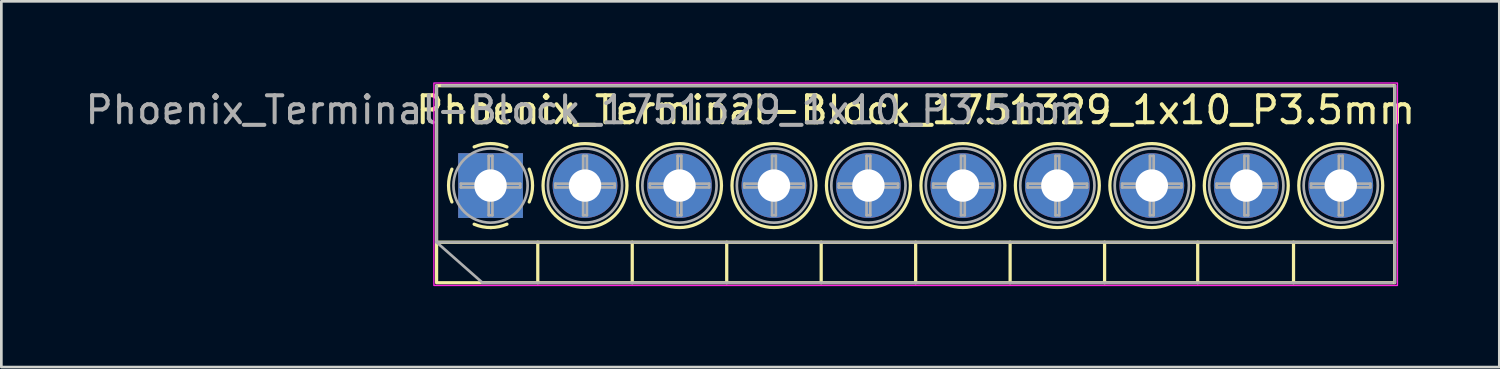
<source format=kicad_pcb>
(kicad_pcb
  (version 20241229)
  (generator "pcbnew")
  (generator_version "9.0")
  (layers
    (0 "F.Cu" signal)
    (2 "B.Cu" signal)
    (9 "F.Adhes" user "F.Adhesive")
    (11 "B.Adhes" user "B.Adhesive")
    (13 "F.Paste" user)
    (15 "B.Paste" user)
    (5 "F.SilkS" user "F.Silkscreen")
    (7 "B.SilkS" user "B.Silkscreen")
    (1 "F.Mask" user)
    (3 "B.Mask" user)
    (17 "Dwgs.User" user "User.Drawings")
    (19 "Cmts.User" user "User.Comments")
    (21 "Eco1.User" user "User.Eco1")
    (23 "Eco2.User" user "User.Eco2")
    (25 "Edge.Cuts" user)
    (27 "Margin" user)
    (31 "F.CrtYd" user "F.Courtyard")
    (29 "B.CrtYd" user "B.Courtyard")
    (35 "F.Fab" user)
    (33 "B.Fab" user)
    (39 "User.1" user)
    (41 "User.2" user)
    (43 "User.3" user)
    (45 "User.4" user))
  (footprint "Phoenix_Terminal-Block_1751329_1x10_P3.5mm"
    (layer "F.Cu")
    (at 15.125 3.825)
    (property "Reference" "Phoenix_Terminal-Block_1751329_1x10_P3.5mm" (at 15.75 -2.8 180) (layer "F.SilkS") (effects (font (size 1 1) (thickness 0.15))))
    (attr through_hole)
    (fp_line (start -2 2.1) (end 33.5 2.1) (stroke (width 0.12) (type solid)) (layer "F.SilkS"))
    (fp_line (start 1.75 2.1) (end 1.75 3.6) (stroke (width 0.12) (type default)) (layer "F.SilkS"))
    (fp_line (start 5.25 2.1) (end 5.25 3.6) (stroke (width 0.12) (type default)) (layer "F.SilkS"))
    (fp_line (start 8.75 2.1) (end 8.75 3.6) (stroke (width 0.12) (type default)) (layer "F.SilkS"))
    (fp_line (start 12.25 2.1) (end 12.25 3.6) (stroke (width 0.12) (type default)) (layer "F.SilkS"))
    (fp_line (start 15.75 3.6) (end 15.75 2.1) (stroke (width 0.12) (type default)) (layer "F.SilkS"))
    (fp_line (start 19.25 2.1) (end 19.25 3.6) (stroke (width 0.12) (type default)) (layer "F.SilkS"))
    (fp_line (start 22.75 2.1) (end 22.75 3.6) (stroke (width 0.12) (type default)) (layer "F.SilkS"))
    (fp_line (start 26.2 2.1) (end 26.2 3.6) (stroke (width 0.12) (type default)) (layer "F.SilkS"))
    (fp_line (start 29.75 2.1) (end 29.75 3.6) (stroke (width 0.12) (type default)) (layer "F.SilkS"))
    (fp_arc (start -1.432109 0.607742) (mid -1.555727 -0.00014) (end -1.432 -0.608) (stroke (width 0.12) (type solid)) (layer "F.SilkS"))
    (fp_arc (start -0.607742 -1.432109) (mid 0.00014 -1.555727) (end 0.608 -1.432) (stroke (width 0.12) (type solid)) (layer "F.SilkS"))
    (fp_arc (start 0.027011 1.555493) (mid -0.296984 1.527118) (end -0.608 1.432) (stroke (width 0.12) (type solid)) (layer "F.SilkS"))
    (fp_arc (start 0.607587 1.431385) (mid 0.310017 1.523783) (end 0 1.555) (stroke (width 0.12) (type solid)) (layer "F.SilkS"))
    (fp_arc (start 1.432109 -0.607742) (mid 1.555727 0.00014) (end 1.432 0.608) (stroke (width 0.12) (type solid)) (layer "F.SilkS"))
    (fp_circle (center 3.5 0) (end 5.055 0) (stroke (width 0.12) (type solid)) (fill no) (layer "F.SilkS"))
    (fp_circle (center 7 0) (end 8.555 0) (stroke (width 0.12) (type solid)) (fill no) (layer "F.SilkS"))
    (fp_circle (center 10.5 0) (end 12.055 0) (stroke (width 0.12) (type solid)) (fill no) (layer "F.SilkS"))
    (fp_circle (center 14 0) (end 15.555 0) (stroke (width 0.12) (type solid)) (fill no) (layer "F.SilkS"))
    (fp_circle (center 17.5 0) (end 19.055 0) (stroke (width 0.12) (type solid)) (fill no) (layer "F.SilkS"))
    (fp_circle (center 21 0) (end 22.555 0) (stroke (width 0.12) (type solid)) (fill no) (layer "F.SilkS"))
    (fp_circle (center 24.5 0) (end 26.055 0) (stroke (width 0.12) (type solid)) (fill no) (layer "F.SilkS"))
    (fp_circle (center 28 0) (end 29.555 0) (stroke (width 0.12) (type solid)) (fill no) (layer "F.SilkS"))
    (fp_circle (center 31.5 0) (end 33.055 0) (stroke (width 0.12) (type solid)) (fill no) (layer "F.SilkS"))
    (fp_poly (pts (xy 33.5 3.6) (xy 33.5 -3.7) (xy -2 -3.7) (xy -2 3.6)) (stroke (width 0.12) (type solid)) (fill no) (layer "F.SilkS"))
    (fp_poly (pts (xy -2.1 3.7) (xy -2.1 -3.8) (xy 33.6 -3.8) (xy 33.6 3.7)) (stroke (width 0.05) (type solid)) (fill no) (layer "F.CrtYd"))
    (fp_line (start -2 2.1) (end -2 -3.7) (stroke (width 0.1) (type solid)) (layer "F.Fab"))
    (fp_line (start -2 2.1) (end 33.5 2.1) (stroke (width 0.1) (type solid)) (layer "F.Fab"))
    (fp_line (start -1.8 -3.7) (end 33.4 -3.7) (stroke (width 0.1) (type solid)) (layer "F.Fab"))
    (fp_line (start -1.1 -0.069) (end -0.069 -0.069) (stroke (width 0.1) (type solid)) (layer "F.Fab"))
    (fp_line (start -1.1 0.069) (end -1.1 -0.069) (stroke (width 0.1) (type solid)) (layer "F.Fab"))
    (fp_line (start -0.3 3.6) (end -2 2.1) (stroke (width 0.1) (type solid)) (layer "F.Fab"))
    (fp_line (start -0.069 -1.1) (end 0.069 -1.1) (stroke (width 0.1) (type solid)) (layer "F.Fab"))
    (fp_line (start -0.069 -0.069) (end -0.069 -1.1) (stroke (width 0.1) (type solid)) (layer "F.Fab"))
    (fp_line (start -0.069 0.069) (end -1.1 0.069) (stroke (width 0.1) (type solid)) (layer "F.Fab"))
    (fp_line (start -0.069 1.1) (end -0.069 0.069) (stroke (width 0.1) (type solid)) (layer "F.Fab"))
    (fp_line (start 0.069 -1.1) (end 0.069 -0.069) (stroke (width 0.1) (type solid)) (layer "F.Fab"))
    (fp_line (start 0.069 -0.069) (end 1.1 -0.069) (stroke (width 0.1) (type solid)) (layer "F.Fab"))
    (fp_line (start 0.069 0.069) (end 0.069 1.1) (stroke (width 0.1) (type solid)) (layer "F.Fab"))
    (fp_line (start 0.069 1.1) (end -0.069 1.1) (stroke (width 0.1) (type solid)) (layer "F.Fab"))
    (fp_line (start 1.1 -0.069) (end 1.1 0.069) (stroke (width 0.1) (type solid)) (layer "F.Fab"))
    (fp_line (start 1.1 0.069) (end 0.069 0.069) (stroke (width 0.1) (type solid)) (layer "F.Fab"))
    (fp_line (start 2.4 -0.069) (end 3.431 -0.069) (stroke (width 0.1) (type solid)) (layer "F.Fab"))
    (fp_line (start 2.4 0.069) (end 2.4 -0.069) (stroke (width 0.1) (type solid)) (layer "F.Fab"))
    (fp_line (start 3.431 -1.1) (end 3.569 -1.1) (stroke (width 0.1) (type solid)) (layer "F.Fab"))
    (fp_line (start 3.431 -0.069) (end 3.431 -1.1) (stroke (width 0.1) (type solid)) (layer "F.Fab"))
    (fp_line (start 3.431 0.069) (end 2.4 0.069) (stroke (width 0.1) (type solid)) (layer "F.Fab"))
    (fp_line (start 3.431 1.1) (end 3.431 0.069) (stroke (width 0.1) (type solid)) (layer "F.Fab"))
    (fp_line (start 3.569 -1.1) (end 3.569 -0.069) (stroke (width 0.1) (type solid)) (layer "F.Fab"))
    (fp_line (start 3.569 -0.069) (end 4.6 -0.069) (stroke (width 0.1) (type solid)) (layer "F.Fab"))
    (fp_line (start 3.569 0.069) (end 3.569 1.1) (stroke (width 0.1) (type solid)) (layer "F.Fab"))
    (fp_line (start 3.569 1.1) (end 3.431 1.1) (stroke (width 0.1) (type solid)) (layer "F.Fab"))
    (fp_line (start 4.6 -0.069) (end 4.6 0.069) (stroke (width 0.1) (type solid)) (layer "F.Fab"))
    (fp_line (start 4.6 0.069) (end 3.569 0.069) (stroke (width 0.1) (type solid)) (layer "F.Fab"))
    (fp_line (start 5.9 -0.069) (end 6.931 -0.069) (stroke (width 0.1) (type solid)) (layer "F.Fab"))
    (fp_line (start 5.9 0.069) (end 5.9 -0.069) (stroke (width 0.1) (type solid)) (layer "F.Fab"))
    (fp_line (start 6.931 -1.1) (end 7.069 -1.1) (stroke (width 0.1) (type solid)) (layer "F.Fab"))
    (fp_line (start 6.931 -0.069) (end 6.931 -1.1) (stroke (width 0.1) (type solid)) (layer "F.Fab"))
    (fp_line (start 6.931 0.069) (end 5.9 0.069) (stroke (width 0.1) (type solid)) (layer "F.Fab"))
    (fp_line (start 6.931 1.1) (end 6.931 0.069) (stroke (width 0.1) (type solid)) (layer "F.Fab"))
    (fp_line (start 7.069 -1.1) (end 7.069 -0.069) (stroke (width 0.1) (type solid)) (layer "F.Fab"))
    (fp_line (start 7.069 -0.069) (end 8.1 -0.069) (stroke (width 0.1) (type solid)) (layer "F.Fab"))
    (fp_line (start 7.069 0.069) (end 7.069 1.1) (stroke (width 0.1) (type solid)) (layer "F.Fab"))
    (fp_line (start 7.069 1.1) (end 6.931 1.1) (stroke (width 0.1) (type solid)) (layer "F.Fab"))
    (fp_line (start 8.1 -0.069) (end 8.1 0.069) (stroke (width 0.1) (type solid)) (layer "F.Fab"))
    (fp_line (start 8.1 0.069) (end 7.069 0.069) (stroke (width 0.1) (type solid)) (layer "F.Fab"))
    (fp_line (start 9.4 -0.069) (end 10.431 -0.069) (stroke (width 0.1) (type solid)) (layer "F.Fab"))
    (fp_line (start 9.4 0.069) (end 9.4 -0.069) (stroke (width 0.1) (type solid)) (layer "F.Fab"))
    (fp_line (start 10.431 -1.1) (end 10.569 -1.1) (stroke (width 0.1) (type solid)) (layer "F.Fab"))
    (fp_line (start 10.431 -0.069) (end 10.431 -1.1) (stroke (width 0.1) (type solid)) (layer "F.Fab"))
    (fp_line (start 10.431 0.069) (end 9.4 0.069) (stroke (width 0.1) (type solid)) (layer "F.Fab"))
    (fp_line (start 10.431 1.1) (end 10.431 0.069) (stroke (width 0.1) (type solid)) (layer "F.Fab"))
    (fp_line (start 10.569 -1.1) (end 10.569 -0.069) (stroke (width 0.1) (type solid)) (layer "F.Fab"))
    (fp_line (start 10.569 -0.069) (end 11.6 -0.069) (stroke (width 0.1) (type solid)) (layer "F.Fab"))
    (fp_line (start 10.569 0.069) (end 10.569 1.1) (stroke (width 0.1) (type solid)) (layer "F.Fab"))
    (fp_line (start 10.569 1.1) (end 10.431 1.1) (stroke (width 0.1) (type solid)) (layer "F.Fab"))
    (fp_line (start 11.6 -0.069) (end 11.6 0.069) (stroke (width 0.1) (type solid)) (layer "F.Fab"))
    (fp_line (start 11.6 0.069) (end 10.569 0.069) (stroke (width 0.1) (type solid)) (layer "F.Fab"))
    (fp_line (start 12.9 -0.069) (end 13.931 -0.069) (stroke (width 0.1) (type solid)) (layer "F.Fab"))
    (fp_line (start 12.9 0.069) (end 12.9 -0.069) (stroke (width 0.1) (type solid)) (layer "F.Fab"))
    (fp_line (start 13.931 -1.1) (end 14.069 -1.1) (stroke (width 0.1) (type solid)) (layer "F.Fab"))
    (fp_line (start 13.931 -0.069) (end 13.931 -1.1) (stroke (width 0.1) (type solid)) (layer "F.Fab"))
    (fp_line (start 13.931 0.069) (end 12.9 0.069) (stroke (width 0.1) (type solid)) (layer "F.Fab"))
    (fp_line (start 13.931 1.1) (end 13.931 0.069) (stroke (width 0.1) (type solid)) (layer "F.Fab"))
    (fp_line (start 14.069 -1.1) (end 14.069 -0.069) (stroke (width 0.1) (type solid)) (layer "F.Fab"))
    (fp_line (start 14.069 -0.069) (end 15.1 -0.069) (stroke (width 0.1) (type solid)) (layer "F.Fab"))
    (fp_line (start 14.069 0.069) (end 14.069 1.1) (stroke (width 0.1) (type solid)) (layer "F.Fab"))
    (fp_line (start 14.069 1.1) (end 13.931 1.1) (stroke (width 0.1) (type solid)) (layer "F.Fab"))
    (fp_line (start 15.1 -0.069) (end 15.1 0.069) (stroke (width 0.1) (type solid)) (layer "F.Fab"))
    (fp_line (start 15.1 0.069) (end 14.069 0.069) (stroke (width 0.1) (type solid)) (layer "F.Fab"))
    (fp_line (start 16.4 -0.069) (end 17.431 -0.069) (stroke (width 0.1) (type solid)) (layer "F.Fab"))
    (fp_line (start 16.4 0.069) (end 16.4 -0.069) (stroke (width 0.1) (type solid)) (layer "F.Fab"))
    (fp_line (start 17.431 -1.1) (end 17.569 -1.1) (stroke (width 0.1) (type solid)) (layer "F.Fab"))
    (fp_line (start 17.431 -0.069) (end 17.431 -1.1) (stroke (width 0.1) (type solid)) (layer "F.Fab"))
    (fp_line (start 17.431 0.069) (end 16.4 0.069) (stroke (width 0.1) (type solid)) (layer "F.Fab"))
    (fp_line (start 17.431 1.1) (end 17.431 0.069) (stroke (width 0.1) (type solid)) (layer "F.Fab"))
    (fp_line (start 17.569 -1.1) (end 17.569 -0.069) (stroke (width 0.1) (type solid)) (layer "F.Fab"))
    (fp_line (start 17.569 -0.069) (end 18.6 -0.069) (stroke (width 0.1) (type solid)) (layer "F.Fab"))
    (fp_line (start 17.569 0.069) (end 17.569 1.1) (stroke (width 0.1) (type solid)) (layer "F.Fab"))
    (fp_line (start 17.569 1.1) (end 17.431 1.1) (stroke (width 0.1) (type solid)) (layer "F.Fab"))
    (fp_line (start 18.6 -0.069) (end 18.6 0.069) (stroke (width 0.1) (type solid)) (layer "F.Fab"))
    (fp_line (start 18.6 0.069) (end 17.569 0.069) (stroke (width 0.1) (type solid)) (layer "F.Fab"))
    (fp_line (start 19.9 -0.069) (end 20.931 -0.069) (stroke (width 0.1) (type solid)) (layer "F.Fab"))
    (fp_line (start 19.9 0.069) (end 19.9 -0.069) (stroke (width 0.1) (type solid)) (layer "F.Fab"))
    (fp_line (start 20.931 -1.1) (end 21.069 -1.1) (stroke (width 0.1) (type solid)) (layer "F.Fab"))
    (fp_line (start 20.931 -0.069) (end 20.931 -1.1) (stroke (width 0.1) (type solid)) (layer "F.Fab"))
    (fp_line (start 20.931 0.069) (end 19.9 0.069) (stroke (width 0.1) (type solid)) (layer "F.Fab"))
    (fp_line (start 20.931 1.1) (end 20.931 0.069) (stroke (width 0.1) (type solid)) (layer "F.Fab"))
    (fp_line (start 21.069 -1.1) (end 21.069 -0.069) (stroke (width 0.1) (type solid)) (layer "F.Fab"))
    (fp_line (start 21.069 -0.069) (end 22.1 -0.069) (stroke (width 0.1) (type solid)) (layer "F.Fab"))
    (fp_line (start 21.069 0.069) (end 21.069 1.1) (stroke (width 0.1) (type solid)) (layer "F.Fab"))
    (fp_line (start 21.069 1.1) (end 20.931 1.1) (stroke (width 0.1) (type solid)) (layer "F.Fab"))
    (fp_line (start 22.1 -0.069) (end 22.1 0.069) (stroke (width 0.1) (type solid)) (layer "F.Fab"))
    (fp_line (start 22.1 0.069) (end 21.069 0.069) (stroke (width 0.1) (type solid)) (layer "F.Fab"))
    (fp_line (start 23.4 -0.069) (end 24.431 -0.069) (stroke (width 0.1) (type solid)) (layer "F.Fab"))
    (fp_line (start 23.4 0.069) (end 23.4 -0.069) (stroke (width 0.1) (type solid)) (layer "F.Fab"))
    (fp_line (start 24.431 -1.1) (end 24.569 -1.1) (stroke (width 0.1) (type solid)) (layer "F.Fab"))
    (fp_line (start 24.431 -0.069) (end 24.431 -1.1) (stroke (width 0.1) (type solid)) (layer "F.Fab"))
    (fp_line (start 24.431 0.069) (end 23.4 0.069) (stroke (width 0.1) (type solid)) (layer "F.Fab"))
    (fp_line (start 24.431 1.1) (end 24.431 0.069) (stroke (width 0.1) (type solid)) (layer "F.Fab"))
    (fp_line (start 24.569 -1.1) (end 24.569 -0.069) (stroke (width 0.1) (type solid)) (layer "F.Fab"))
    (fp_line (start 24.569 -0.069) (end 25.6 -0.069) (stroke (width 0.1) (type solid)) (layer "F.Fab"))
    (fp_line (start 24.569 0.069) (end 24.569 1.1) (stroke (width 0.1) (type solid)) (layer "F.Fab"))
    (fp_line (start 24.569 1.1) (end 24.431 1.1) (stroke (width 0.1) (type solid)) (layer "F.Fab"))
    (fp_line (start 25.6 -0.069) (end 25.6 0.069) (stroke (width 0.1) (type solid)) (layer "F.Fab"))
    (fp_line (start 25.6 0.069) (end 24.569 0.069) (stroke (width 0.1) (type solid)) (layer "F.Fab"))
    (fp_line (start 26.9 -0.069) (end 27.931 -0.069) (stroke (width 0.1) (type solid)) (layer "F.Fab"))
    (fp_line (start 26.9 0.069) (end 26.9 -0.069) (stroke (width 0.1) (type solid)) (layer "F.Fab"))
    (fp_line (start 27.931 -1.1) (end 28.069 -1.1) (stroke (width 0.1) (type solid)) (layer "F.Fab"))
    (fp_line (start 27.931 -0.069) (end 27.931 -1.1) (stroke (width 0.1) (type solid)) (layer "F.Fab"))
    (fp_line (start 27.931 0.069) (end 26.9 0.069) (stroke (width 0.1) (type solid)) (layer "F.Fab"))
    (fp_line (start 27.931 1.1) (end 27.931 0.069) (stroke (width 0.1) (type solid)) (layer "F.Fab"))
    (fp_line (start 28.069 -1.1) (end 28.069 -0.069) (stroke (width 0.1) (type solid)) (layer "F.Fab"))
    (fp_line (start 28.069 -0.069) (end 29.1 -0.069) (stroke (width 0.1) (type solid)) (layer "F.Fab"))
    (fp_line (start 28.069 0.069) (end 28.069 1.1) (stroke (width 0.1) (type solid)) (layer "F.Fab"))
    (fp_line (start 28.069 1.1) (end 27.931 1.1) (stroke (width 0.1) (type solid)) (layer "F.Fab"))
    (fp_line (start 29.1 -0.069) (end 29.1 0.069) (stroke (width 0.1) (type solid)) (layer "F.Fab"))
    (fp_line (start 29.1 0.069) (end 28.069 0.069) (stroke (width 0.1) (type solid)) (layer "F.Fab"))
    (fp_line (start 30.4 -0.069) (end 31.431 -0.069) (stroke (width 0.1) (type solid)) (layer "F.Fab"))
    (fp_line (start 30.4 0.069) (end 30.4 -0.069) (stroke (width 0.1) (type solid)) (layer "F.Fab"))
    (fp_line (start 31.431 -1.1) (end 31.569 -1.1) (stroke (width 0.1) (type solid)) (layer "F.Fab"))
    (fp_line (start 31.431 -0.069) (end 31.431 -1.1) (stroke (width 0.1) (type solid)) (layer "F.Fab"))
    (fp_line (start 31.431 0.069) (end 30.4 0.069) (stroke (width 0.1) (type solid)) (layer "F.Fab"))
    (fp_line (start 31.431 1.1) (end 31.431 0.069) (stroke (width 0.1) (type solid)) (layer "F.Fab"))
    (fp_line (start 31.569 -1.1) (end 31.569 -0.069) (stroke (width 0.1) (type solid)) (layer "F.Fab"))
    (fp_line (start 31.569 -0.069) (end 32.6 -0.069) (stroke (width 0.1) (type solid)) (layer "F.Fab"))
    (fp_line (start 31.569 0.069) (end 31.569 1.1) (stroke (width 0.1) (type solid)) (layer "F.Fab"))
    (fp_line (start 31.569 1.1) (end 31.431 1.1) (stroke (width 0.1) (type solid)) (layer "F.Fab"))
    (fp_line (start 32.6 -0.069) (end 32.6 0.069) (stroke (width 0.1) (type solid)) (layer "F.Fab"))
    (fp_line (start 32.6 0.069) (end 31.569 0.069) (stroke (width 0.1) (type solid)) (layer "F.Fab"))
    (fp_line (start 33.4 3.6) (end -0.3 3.6) (stroke (width 0.1) (type solid)) (layer "F.Fab"))
    (fp_line (start 33.5 -3.7) (end 33.5 3.6) (stroke (width 0.1) (type solid)) (layer "F.Fab"))
    (fp_circle (center 0 0) (end 1.375 0) (stroke (width 0.1) (type solid)) (fill no) (layer "F.Fab"))
    (fp_circle (center 3.5 0) (end 4.875 0) (stroke (width 0.1) (type solid)) (fill no) (layer "F.Fab"))
    (fp_circle (center 7 0) (end 8.375 0) (stroke (width 0.1) (type solid)) (fill no) (layer "F.Fab"))
    (fp_circle (center 10.5 0) (end 11.875 0) (stroke (width 0.1) (type solid)) (fill no) (layer "F.Fab"))
    (fp_circle (center 14 0) (end 15.375 0) (stroke (width 0.1) (type solid)) (fill no) (layer "F.Fab"))
    (fp_circle (center 17.5 0) (end 18.875 0) (stroke (width 0.1) (type solid)) (fill no) (layer "F.Fab"))
    (fp_circle (center 21 0) (end 22.375 0) (stroke (width 0.1) (type solid)) (fill no) (layer "F.Fab"))
    (fp_circle (center 24.5 0) (end 25.875 0) (stroke (width 0.1) (type solid)) (fill no) (layer "F.Fab"))
    (fp_circle (center 28 0) (end 29.375 0) (stroke (width 0.1) (type solid)) (fill no) (layer "F.Fab"))
    (fp_circle (center 31.5 0) (end 32.875 0) (stroke (width 0.1) (type solid)) (fill no) (layer "F.Fab"))
    (fp_text user "${REFERENCE}" (at 3.5 -2.8 0) (unlocked yes) (layer "F.Fab") (effects (font (size 1 1) (thickness 0.15))))
    (pad "1" thru_hole rect (at 0 0) (size 2.4 2.4) (drill 1.2) (layers "*.Cu" "*.Mask"))
    (pad "2" thru_hole circle (at 3.5 0) (size 2.4 2.4) (drill 1.2) (layers "*.Cu" "*.Mask"))
    (pad "3" thru_hole circle (at 7 0) (size 2.4 2.4) (drill 1.2) (layers "*.Cu" "*.Mask"))
    (pad "4" thru_hole circle (at 10.5 0) (size 2.4 2.4) (drill 1.2) (layers "*.Cu" "*.Mask"))
    (pad "5" thru_hole circle (at 14 0) (size 2.4 2.4) (drill 1.2) (layers "*.Cu" "*.Mask"))
    (pad "6" thru_hole circle (at 17.5 0) (size 2.4 2.4) (drill 1.2) (layers "*.Cu" "*.Mask"))
    (pad "7" thru_hole circle (at 21 0) (size 2.4 2.4) (drill 1.2) (layers "*.Cu" "*.Mask"))
    (pad "8" thru_hole circle (at 24.5 0) (size 2.4 2.4) (drill 1.2) (layers "*.Cu" "*.Mask"))
    (pad "9" thru_hole circle (at 28 0) (size 2.4 2.4) (drill 1.2) (layers "*.Cu" "*.Mask"))
    (pad "10" thru_hole circle (at 31.5 0) (size 2.4 2.4) (drill 1.2) (layers "*.Cu" "*.Mask")))
  (gr_rect
    (start -3 -3)
    (end 52.5 10.55)
    (stroke (width 0.1) (type default))
    (fill no)
    (layer "Edge.Cuts")))
</source>
